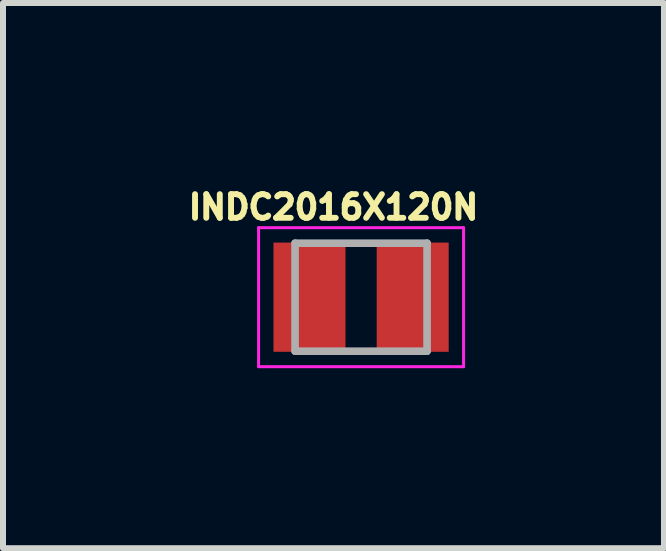
<source format=kicad_pcb>
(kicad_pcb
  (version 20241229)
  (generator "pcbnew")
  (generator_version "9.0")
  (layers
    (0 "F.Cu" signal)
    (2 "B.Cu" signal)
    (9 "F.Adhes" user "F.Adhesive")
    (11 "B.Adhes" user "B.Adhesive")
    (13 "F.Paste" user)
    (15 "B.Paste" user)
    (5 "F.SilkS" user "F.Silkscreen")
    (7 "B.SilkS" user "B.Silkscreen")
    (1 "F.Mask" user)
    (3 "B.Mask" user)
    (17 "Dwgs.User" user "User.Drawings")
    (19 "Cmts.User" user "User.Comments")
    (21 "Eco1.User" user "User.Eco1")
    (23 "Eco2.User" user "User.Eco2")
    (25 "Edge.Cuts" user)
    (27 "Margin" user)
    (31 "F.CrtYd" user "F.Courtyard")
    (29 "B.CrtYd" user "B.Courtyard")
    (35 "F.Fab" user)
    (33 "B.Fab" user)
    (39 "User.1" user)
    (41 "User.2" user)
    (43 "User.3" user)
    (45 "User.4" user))
  (footprint "INDC2016X120N"
    (layer "F.Cu")
    (at 2.968 1.903)
    (property "Reference" "INDC2016X120N" (at -0.46 -1.5 0) (layer "F.SilkS") (effects (font (size 0.394 0.394) (thickness 0.15))))
    (attr smd)
    (fp_line (start -1.708 -1.158) (end 1.708 -1.158) (stroke (width 0.05) (type solid)) (layer "F.CrtYd"))
    (fp_line (start -1.708 1.158) (end -1.708 -1.158) (stroke (width 0.05) (type solid)) (layer "F.CrtYd"))
    (fp_line (start -1.708 1.158) (end 1.708 1.158) (stroke (width 0.05) (type solid)) (layer "F.CrtYd"))
    (fp_line (start 1.708 1.158) (end 1.708 -1.158) (stroke (width 0.05) (type solid)) (layer "F.CrtYd"))
    (fp_line (start -1.1 0.9) (end -1.1 -0.9) (stroke (width 0.127) (type solid)) (layer "F.Fab"))
    (fp_line (start 1.1 -0.9) (end -1.1 -0.9) (stroke (width 0.127) (type solid)) (layer "F.Fab"))
    (fp_line (start 1.1 0.9) (end -1.1 0.9) (stroke (width 0.127) (type solid)) (layer "F.Fab"))
    (fp_line (start 1.1 0.9) (end 1.1 -0.9) (stroke (width 0.127) (type solid)) (layer "F.Fab"))
    (pad "1" smd rect (at -0.86 0) (size 1.2 1.82) (layers "F.Cu" "F.Mask" "F.Paste"))
    (pad "2" smd rect (at 0.86 0) (size 1.2 1.82) (layers "F.Cu" "F.Mask" "F.Paste")))
  (gr_rect
    (start -3 -3)
    (end 8.016 6.086)
    (stroke (width 0.1) (type default))
    (fill no)
    (layer "Edge.Cuts")))
</source>
